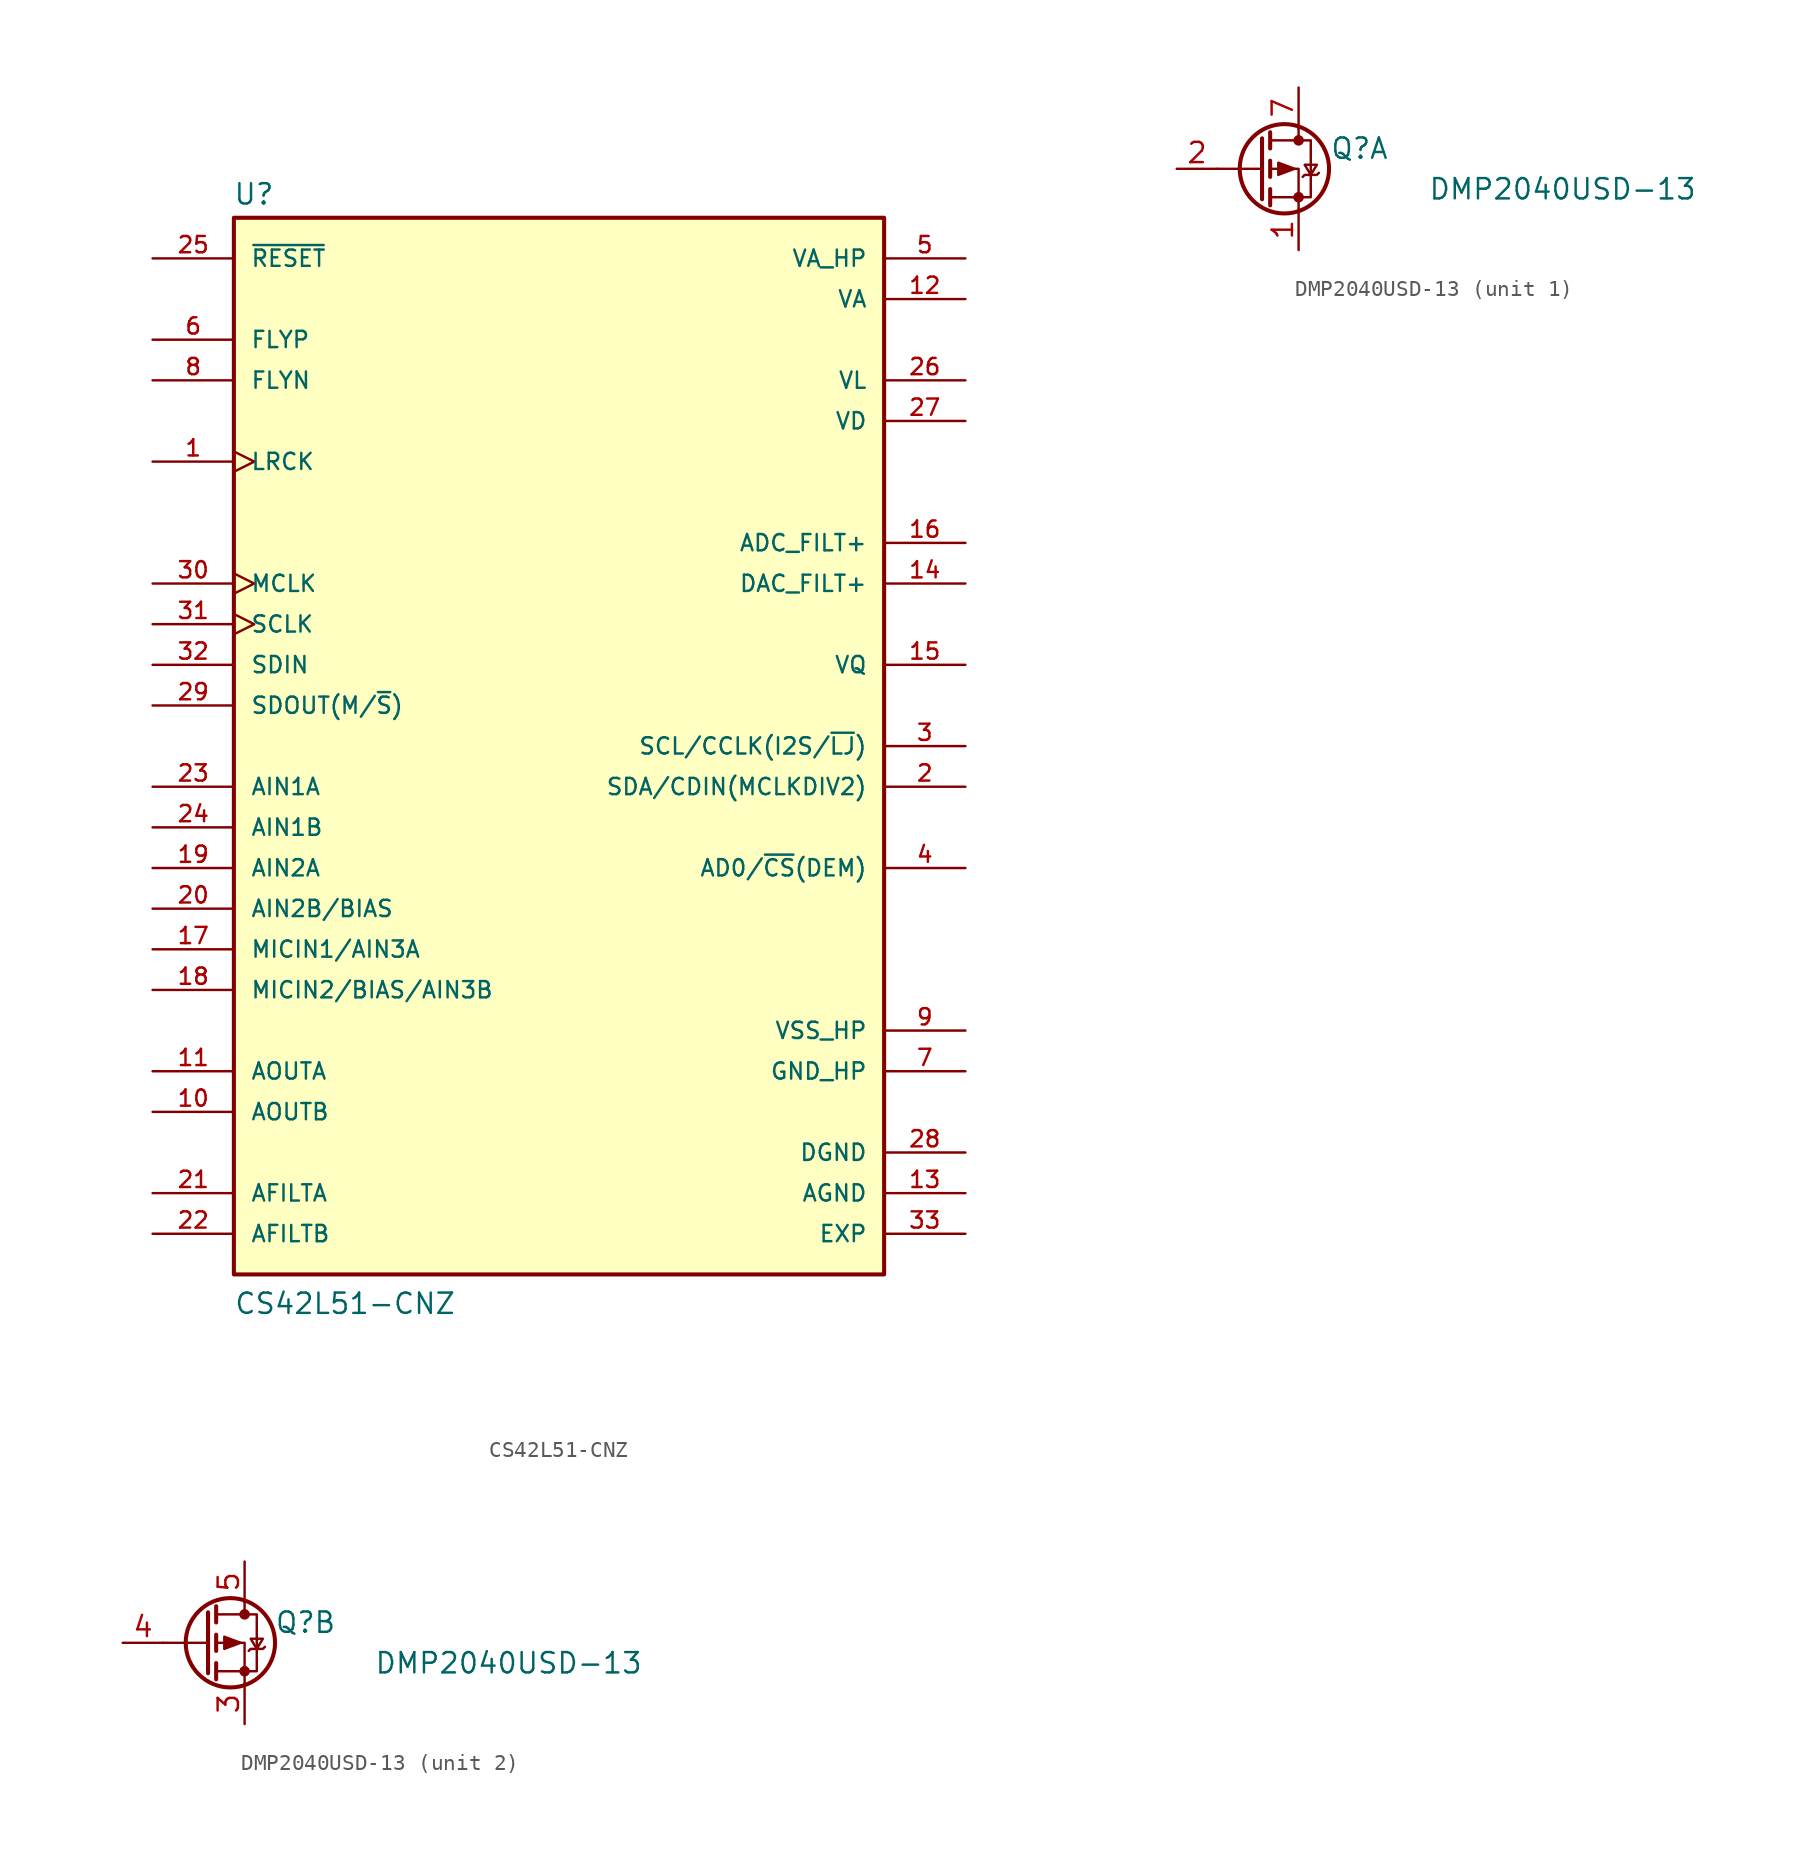
<source format=kicad_sym>
(kicad_symbol_lib
  (version 20211014)
  (generator kicad_symbol_editor)
  (symbol "CS42L51-CNZ"
    (pin_names
      (offset 1.016))
    (property "Reference" "U"
      (at -20.377 33.75 0)
      (effects (font (size 1.27 1.27)) (justify left bottom)))
    (property "Value" "CS42L51-CNZ"
      (at -20.335 -35.587 0)
      (effects (font (size 1.27 1.27)) (justify left bottom)))
    (symbol "CS42L51-CNZ_0_0"
      (rectangle (start -20.32 -33.02) (end 20.32 33.02) (stroke (width 0.254) (type default) (color 0 0 0 0)) (fill (type background)))
      (pin bidirectional clock (at -25.4 17.78 0) (length 5.08) (name "LRCK" (effects (font (size 1.016 1.016)))) (number "1" (effects (font (size 1.016 1.016)))))
      (pin output line (at -25.4 -22.86 0) (length 5.08) (name "AOUTB" (effects (font (size 1.016 1.016)))) (number "10" (effects (font (size 1.016 1.016)))))
      (pin output line (at -25.4 -20.32 0) (length 5.08) (name "AOUTA" (effects (font (size 1.016 1.016)))) (number "11" (effects (font (size 1.016 1.016)))))
      (pin power_in line (at 25.4 27.94 180) (length 5.08) (name "VA" (effects (font (size 1.016 1.016)))) (number "12" (effects (font (size 1.016 1.016)))))
      (pin power_in line (at 25.4 -27.94 180) (length 5.08) (name "AGND" (effects (font (size 1.016 1.016)))) (number "13" (effects (font (size 1.016 1.016)))))
      (pin output line (at 25.4 10.16 180) (length 5.08) (name "DAC_FILT+" (effects (font (size 1.016 1.016)))) (number "14" (effects (font (size 1.016 1.016)))))
      (pin output line (at 25.4 5.08 180) (length 5.08) (name "VQ" (effects (font (size 1.016 1.016)))) (number "15" (effects (font (size 1.016 1.016)))))
      (pin output line (at 25.4 12.7 180) (length 5.08) (name "ADC_FILT+" (effects (font (size 1.016 1.016)))) (number "16" (effects (font (size 1.016 1.016)))))
      (pin input line (at -25.4 -12.7 0) (length 5.08) (name "MICIN1/AIN3A" (effects (font (size 1.016 1.016)))) (number "17" (effects (font (size 1.016 1.016)))))
      (pin bidirectional line (at -25.4 -15.24 0) (length 5.08) (name "MICIN2/BIAS/AIN3B" (effects (font (size 1.016 1.016)))) (number "18" (effects (font (size 1.016 1.016)))))
      (pin input line (at -25.4 -7.62 0) (length 5.08) (name "AIN2A" (effects (font (size 1.016 1.016)))) (number "19" (effects (font (size 1.016 1.016)))))
      (pin bidirectional line (at 25.4 -2.54 180) (length 5.08) (name "SDA/CDIN(MCLKDIV2)" (effects (font (size 1.016 1.016)))) (number "2" (effects (font (size 1.016 1.016)))))
      (pin bidirectional line (at -25.4 -10.16 0) (length 5.08) (name "AIN2B/BIAS" (effects (font (size 1.016 1.016)))) (number "20" (effects (font (size 1.016 1.016)))))
      (pin output line (at -25.4 -27.94 0) (length 5.08) (name "AFILTA" (effects (font (size 1.016 1.016)))) (number "21" (effects (font (size 1.016 1.016)))))
      (pin output line (at -25.4 -30.48 0) (length 5.08) (name "AFILTB" (effects (font (size 1.016 1.016)))) (number "22" (effects (font (size 1.016 1.016)))))
      (pin input line (at -25.4 -2.54 0) (length 5.08) (name "AIN1A" (effects (font (size 1.016 1.016)))) (number "23" (effects (font (size 1.016 1.016)))))
      (pin input line (at -25.4 -5.08 0) (length 5.08) (name "AIN1B" (effects (font (size 1.016 1.016)))) (number "24" (effects (font (size 1.016 1.016)))))
      (pin input line (at -25.4 30.48 0) (length 5.08) (name "~{RESET}" (effects (font (size 1.016 1.016)))) (number "25" (effects (font (size 1.016 1.016)))))
      (pin power_in line (at 25.4 22.86 180) (length 5.08) (name "VL" (effects (font (size 1.016 1.016)))) (number "26" (effects (font (size 1.016 1.016)))))
      (pin power_in line (at 25.4 20.32 180) (length 5.08) (name "VD" (effects (font (size 1.016 1.016)))) (number "27" (effects (font (size 1.016 1.016)))))
      (pin power_in line (at 25.4 -25.4 180) (length 5.08) (name "DGND" (effects (font (size 1.016 1.016)))) (number "28" (effects (font (size 1.016 1.016)))))
      (pin bidirectional line (at -25.4 2.54 0) (length 5.08) (name "SDOUT(M/~{S})" (effects (font (size 1.016 1.016)))) (number "29" (effects (font (size 1.016 1.016)))))
      (pin input line (at 25.4 0 180) (length 5.08) (name "SCL/CCLK(I2S/~{LJ})" (effects (font (size 1.016 1.016)))) (number "3" (effects (font (size 1.016 1.016)))))
      (pin input clock (at -25.4 10.16 0) (length 5.08) (name "MCLK" (effects (font (size 1.016 1.016)))) (number "30" (effects (font (size 1.016 1.016)))))
      (pin bidirectional clock (at -25.4 7.62 0) (length 5.08) (name "SCLK" (effects (font (size 1.016 1.016)))) (number "31" (effects (font (size 1.016 1.016)))))
      (pin input line (at -25.4 5.08 0) (length 5.08) (name "SDIN" (effects (font (size 1.016 1.016)))) (number "32" (effects (font (size 1.016 1.016)))))
      (pin passive line (at 25.4 -30.48 180) (length 5.08) (name "EXP" (effects (font (size 1.016 1.016)))) (number "33" (effects (font (size 1.016 1.016)))))
      (pin input line (at 25.4 -7.62 180) (length 5.08) (name "AD0/~{CS}(DEM)" (effects (font (size 1.016 1.016)))) (number "4" (effects (font (size 1.016 1.016)))))
      (pin power_in line (at 25.4 30.48 180) (length 5.08) (name "VA_HP" (effects (font (size 1.016 1.016)))) (number "5" (effects (font (size 1.016 1.016)))))
      (pin input line (at -25.4 25.4 0) (length 5.08) (name "FLYP" (effects (font (size 1.016 1.016)))) (number "6" (effects (font (size 1.016 1.016)))))
      (pin power_in line (at 25.4 -20.32 180) (length 5.08) (name "GND_HP" (effects (font (size 1.016 1.016)))) (number "7" (effects (font (size 1.016 1.016)))))
      (pin input line (at -25.4 22.86 0) (length 5.08) (name "FLYN" (effects (font (size 1.016 1.016)))) (number "8" (effects (font (size 1.016 1.016)))))
      (pin power_in line (at 25.4 -17.78 180) (length 5.08) (name "VSS_HP" (effects (font (size 1.016 1.016)))) (number "9" (effects (font (size 1.016 1.016)))))))
  (symbol "DMP2040USD-13"
    (pin_names
      (offset 0) hide)
    (property "Reference" "Q"
      (at 6.35 1.27 0)
      (effects (font (size 1.27 1.27))))
    (property "Value" "DMP2040USD-13"
      (at 19.05 -1.27 0)
      (effects (font (size 1.27 1.27))))
    (property "ki_locked" ""
      (at 0 0 0)
      (effects (font (size 1.27 1.27))))
    (symbol "DMP2040USD-13_0_1"
      (polyline (pts (xy 0.254 0) (xy -2.54 0)) (stroke (width 0) (type default) (color 0 0 0 0)) (fill (type none)))
      (polyline (pts (xy 0.254 1.905) (xy 0.254 -1.905)) (stroke (width 0.254) (type default) (color 0 0 0 0)) (fill (type none)))
      (polyline (pts (xy 0.762 -1.27) (xy 0.762 -2.286)) (stroke (width 0.254) (type default) (color 0 0 0 0)) (fill (type none)))
      (polyline (pts (xy 0.762 0.508) (xy 0.762 -0.508)) (stroke (width 0.254) (type default) (color 0 0 0 0)) (fill (type none)))
      (polyline (pts (xy 0.762 2.286) (xy 0.762 1.27)) (stroke (width 0.254) (type default) (color 0 0 0 0)) (fill (type none)))
      (polyline (pts (xy 2.54 2.54) (xy 2.54 1.778)) (stroke (width 0) (type default) (color 0 0 0 0)) (fill (type none)))
      (polyline (pts (xy 2.54 -2.54) (xy 2.54 0) (xy 0.762 0)) (stroke (width 0) (type default) (color 0 0 0 0)) (fill (type none)))
      (polyline (pts (xy 0.762 1.778) (xy 3.302 1.778) (xy 3.302 -1.778) (xy 0.762 -1.778)) (stroke (width 0) (type default) (color 0 0 0 0)) (fill (type none)))
      (polyline (pts (xy 2.286 0) (xy 1.27 0.381) (xy 1.27 -0.381) (xy 2.286 0)) (stroke (width 0) (type default) (color 0 0 0 0)) (fill (type outline)))
      (polyline (pts (xy 2.794 -0.508) (xy 2.921 -0.381) (xy 3.683 -0.381) (xy 3.81 -0.254)) (stroke (width 0) (type default) (color 0 0 0 0)) (fill (type none)))
      (polyline (pts (xy 3.302 -0.381) (xy 2.921 0.254) (xy 3.683 0.254) (xy 3.302 -0.381)) (stroke (width 0) (type default) (color 0 0 0 0)) (fill (type none)))
      (circle (center 1.651 0) (radius 2.794) (stroke (width 0.254) (type default) (color 0 0 0 0)) (fill (type none)))
      (circle (center 2.54 -1.778) (radius 0.254) (stroke (width 0) (type default) (color 0 0 0 0)) (fill (type outline)))
      (circle (center 2.54 1.778) (radius 0.254) (stroke (width 0) (type default) (color 0 0 0 0)) (fill (type outline))))
    (symbol "DMP2040USD-13_1_1"
      (pin passive line (at 2.54 -5.08 90) (length 2.54) (name "S1" (effects (font (size 1.27 1.27)))) (number "1" (effects (font (size 1.27 1.27)))))
      (pin input line (at -5.08 0 0) (length 2.54) (name "G1" (effects (font (size 1.27 1.27)))) (number "2" (effects (font (size 1.27 1.27)))))
      (pin passive line (at 2.54 5.08 270) (length 2.54) (name "D1" (effects (font (size 1.27 1.27)))) (number "7" (effects (font (size 1.27 1.27)))))
      (pin passive line (at 2.54 5.08 270) (length 2.54) hide (name "D1" (effects (font (size 1.27 1.27)))) (number "8" (effects (font (size 1.27 1.27))))))
    (symbol "DMP2040USD-13_2_1"
      (pin passive line (at 2.54 -5.08 90) (length 2.54) (name "S2" (effects (font (size 1.27 1.27)))) (number "3" (effects (font (size 1.27 1.27)))))
      (pin input line (at -5.08 0 0) (length 2.54) (name "G2" (effects (font (size 1.27 1.27)))) (number "4" (effects (font (size 1.27 1.27)))))
      (pin passive line (at 2.54 5.08 270) (length 2.54) (name "D2" (effects (font (size 1.27 1.27)))) (number "5" (effects (font (size 1.27 1.27)))))
      (pin passive line (at 2.54 5.08 270) (length 2.54) hide (name "D2" (effects (font (size 1.27 1.27)))) (number "6" (effects (font (size 1.27 1.27))))))))
</source>
